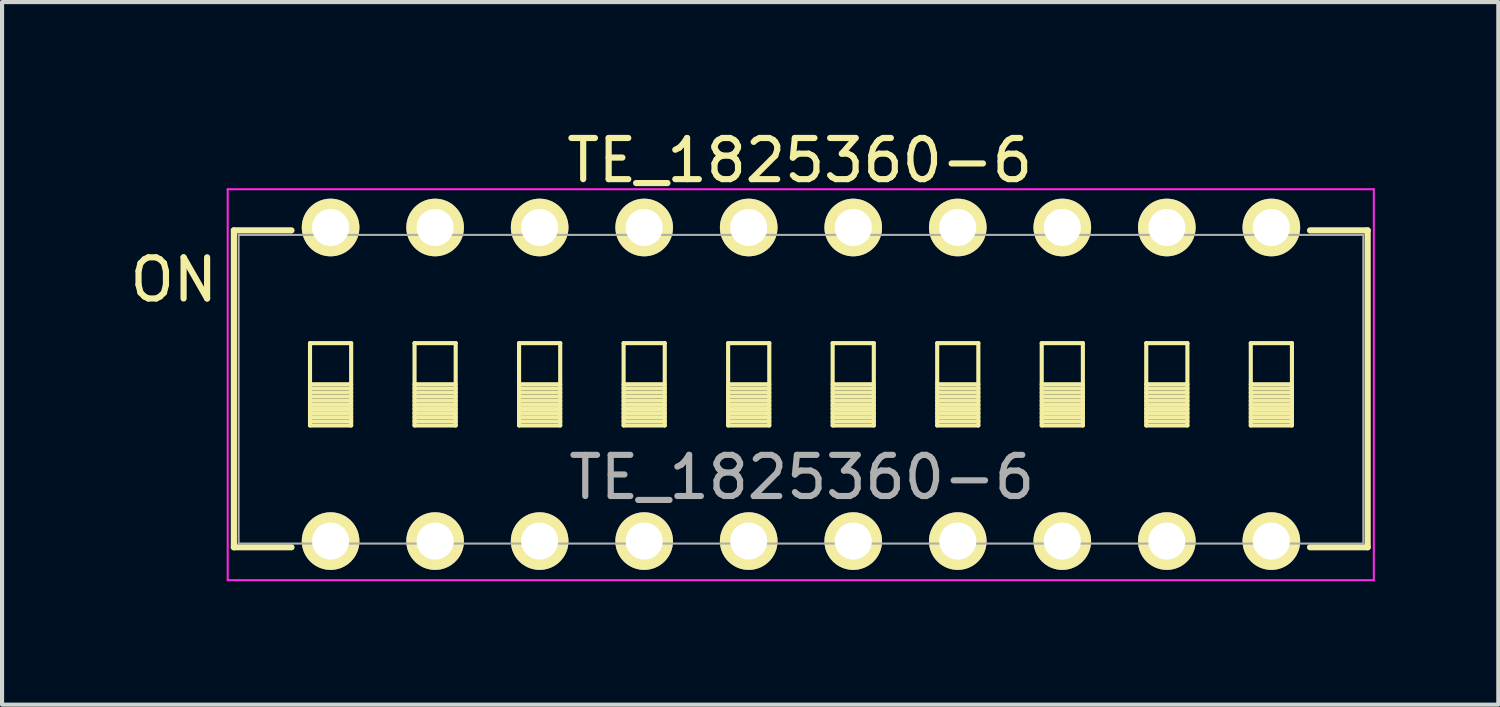
<source format=kicad_pcb>
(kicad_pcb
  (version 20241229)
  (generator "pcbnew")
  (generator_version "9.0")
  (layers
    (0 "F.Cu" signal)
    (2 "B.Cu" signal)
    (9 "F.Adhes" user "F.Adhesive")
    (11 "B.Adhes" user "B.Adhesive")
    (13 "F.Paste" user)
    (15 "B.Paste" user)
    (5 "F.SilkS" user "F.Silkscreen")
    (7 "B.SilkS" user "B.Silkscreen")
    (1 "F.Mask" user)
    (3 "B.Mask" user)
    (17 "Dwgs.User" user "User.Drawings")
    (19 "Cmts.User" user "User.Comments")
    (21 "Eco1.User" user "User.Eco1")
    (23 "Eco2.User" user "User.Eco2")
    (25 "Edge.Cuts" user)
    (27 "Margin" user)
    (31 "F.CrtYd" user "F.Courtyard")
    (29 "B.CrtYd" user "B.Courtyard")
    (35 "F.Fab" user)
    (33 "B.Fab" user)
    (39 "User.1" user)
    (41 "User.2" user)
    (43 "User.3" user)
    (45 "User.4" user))
  (footprint "TE_1825360-6"
    (layer "F.Cu")
    (at 4.983 10.098)
    (property "Reference" "TE_1825360-6" (at 11.45 -1.55 0) (layer "F.Fab") (effects (font (size 1 1) (thickness 0.15))))
    (attr through_hole)
    (fp_line (start -2.35 -7.55) (end -0.95 -7.55) (stroke (width 0.15) (type solid)) (layer "F.SilkS"))
    (fp_line (start -2.35 0.15) (end -2.35 -7.55) (stroke (width 0.15) (type solid)) (layer "F.SilkS"))
    (fp_line (start -0.95 0.15) (end -2.35 0.15) (stroke (width 0.15) (type solid)) (layer "F.SilkS"))
    (fp_line (start -0.5 -4.81) (end -0.5 -2.81) (stroke (width 0.1) (type solid)) (layer "F.SilkS"))
    (fp_line (start -0.5 -3.81) (end 0.5 -3.81) (stroke (width 0.1) (type solid)) (layer "F.SilkS"))
    (fp_line (start -0.5 -3.71) (end 0.5 -3.71) (stroke (width 0.1) (type solid)) (layer "F.SilkS"))
    (fp_line (start -0.5 -3.61) (end 0.5 -3.61) (stroke (width 0.1) (type solid)) (layer "F.SilkS"))
    (fp_line (start -0.5 -3.51) (end 0.5 -3.51) (stroke (width 0.1) (type solid)) (layer "F.SilkS"))
    (fp_line (start -0.5 -3.41) (end 0.5 -3.41) (stroke (width 0.1) (type solid)) (layer "F.SilkS"))
    (fp_line (start -0.5 -3.31) (end 0.5 -3.31) (stroke (width 0.1) (type solid)) (layer "F.SilkS"))
    (fp_line (start -0.5 -3.21) (end 0.5 -3.21) (stroke (width 0.1) (type solid)) (layer "F.SilkS"))
    (fp_line (start -0.5 -3.11) (end 0.5 -3.11) (stroke (width 0.1) (type solid)) (layer "F.SilkS"))
    (fp_line (start -0.5 -3.01) (end 0.5 -3.01) (stroke (width 0.1) (type solid)) (layer "F.SilkS"))
    (fp_line (start -0.5 -2.91) (end 0.5 -2.91) (stroke (width 0.1) (type solid)) (layer "F.SilkS"))
    (fp_line (start -0.5 -2.81) (end 0.5 -2.81) (stroke (width 0.1) (type solid)) (layer "F.SilkS"))
    (fp_line (start 0.5 -4.81) (end -0.5 -4.81) (stroke (width 0.1) (type solid)) (layer "F.SilkS"))
    (fp_line (start 0.5 -2.81) (end 0.5 -4.81) (stroke (width 0.1) (type solid)) (layer "F.SilkS"))
    (fp_line (start 2.04 -4.81) (end 2.04 -2.81) (stroke (width 0.1) (type solid)) (layer "F.SilkS"))
    (fp_line (start 2.04 -3.81) (end 3.04 -3.81) (stroke (width 0.1) (type solid)) (layer "F.SilkS"))
    (fp_line (start 2.04 -3.71) (end 3.04 -3.71) (stroke (width 0.1) (type solid)) (layer "F.SilkS"))
    (fp_line (start 2.04 -3.61) (end 3.04 -3.61) (stroke (width 0.1) (type solid)) (layer "F.SilkS"))
    (fp_line (start 2.04 -3.51) (end 3.04 -3.51) (stroke (width 0.1) (type solid)) (layer "F.SilkS"))
    (fp_line (start 2.04 -3.41) (end 3.04 -3.41) (stroke (width 0.1) (type solid)) (layer "F.SilkS"))
    (fp_line (start 2.04 -3.31) (end 3.04 -3.31) (stroke (width 0.1) (type solid)) (layer "F.SilkS"))
    (fp_line (start 2.04 -3.21) (end 3.04 -3.21) (stroke (width 0.1) (type solid)) (layer "F.SilkS"))
    (fp_line (start 2.04 -3.11) (end 3.04 -3.11) (stroke (width 0.1) (type solid)) (layer "F.SilkS"))
    (fp_line (start 2.04 -3.01) (end 3.04 -3.01) (stroke (width 0.1) (type solid)) (layer "F.SilkS"))
    (fp_line (start 2.04 -2.91) (end 3.04 -2.91) (stroke (width 0.1) (type solid)) (layer "F.SilkS"))
    (fp_line (start 2.04 -2.81) (end 3.04 -2.81) (stroke (width 0.1) (type solid)) (layer "F.SilkS"))
    (fp_line (start 3.04 -4.81) (end 2.04 -4.81) (stroke (width 0.1) (type solid)) (layer "F.SilkS"))
    (fp_line (start 3.04 -2.81) (end 3.04 -4.81) (stroke (width 0.1) (type solid)) (layer "F.SilkS"))
    (fp_line (start 4.58 -4.81) (end 4.58 -2.81) (stroke (width 0.1) (type solid)) (layer "F.SilkS"))
    (fp_line (start 4.58 -3.81) (end 5.58 -3.81) (stroke (width 0.1) (type solid)) (layer "F.SilkS"))
    (fp_line (start 4.58 -3.71) (end 5.58 -3.71) (stroke (width 0.1) (type solid)) (layer "F.SilkS"))
    (fp_line (start 4.58 -3.61) (end 5.58 -3.61) (stroke (width 0.1) (type solid)) (layer "F.SilkS"))
    (fp_line (start 4.58 -3.51) (end 5.58 -3.51) (stroke (width 0.1) (type solid)) (layer "F.SilkS"))
    (fp_line (start 4.58 -3.41) (end 5.58 -3.41) (stroke (width 0.1) (type solid)) (layer "F.SilkS"))
    (fp_line (start 4.58 -3.31) (end 5.58 -3.31) (stroke (width 0.1) (type solid)) (layer "F.SilkS"))
    (fp_line (start 4.58 -3.21) (end 5.58 -3.21) (stroke (width 0.1) (type solid)) (layer "F.SilkS"))
    (fp_line (start 4.58 -3.11) (end 5.58 -3.11) (stroke (width 0.1) (type solid)) (layer "F.SilkS"))
    (fp_line (start 4.58 -3.01) (end 5.58 -3.01) (stroke (width 0.1) (type solid)) (layer "F.SilkS"))
    (fp_line (start 4.58 -2.91) (end 5.58 -2.91) (stroke (width 0.1) (type solid)) (layer "F.SilkS"))
    (fp_line (start 4.58 -2.81) (end 5.58 -2.81) (stroke (width 0.1) (type solid)) (layer "F.SilkS"))
    (fp_line (start 5.58 -4.81) (end 4.58 -4.81) (stroke (width 0.1) (type solid)) (layer "F.SilkS"))
    (fp_line (start 5.58 -2.81) (end 5.58 -4.81) (stroke (width 0.1) (type solid)) (layer "F.SilkS"))
    (fp_line (start 7.12 -4.81) (end 7.12 -2.81) (stroke (width 0.1) (type solid)) (layer "F.SilkS"))
    (fp_line (start 7.12 -3.81) (end 8.12 -3.81) (stroke (width 0.1) (type solid)) (layer "F.SilkS"))
    (fp_line (start 7.12 -3.71) (end 8.12 -3.71) (stroke (width 0.1) (type solid)) (layer "F.SilkS"))
    (fp_line (start 7.12 -3.61) (end 8.12 -3.61) (stroke (width 0.1) (type solid)) (layer "F.SilkS"))
    (fp_line (start 7.12 -3.51) (end 8.12 -3.51) (stroke (width 0.1) (type solid)) (layer "F.SilkS"))
    (fp_line (start 7.12 -3.41) (end 8.12 -3.41) (stroke (width 0.1) (type solid)) (layer "F.SilkS"))
    (fp_line (start 7.12 -3.31) (end 8.12 -3.31) (stroke (width 0.1) (type solid)) (layer "F.SilkS"))
    (fp_line (start 7.12 -3.21) (end 8.12 -3.21) (stroke (width 0.1) (type solid)) (layer "F.SilkS"))
    (fp_line (start 7.12 -3.11) (end 8.12 -3.11) (stroke (width 0.1) (type solid)) (layer "F.SilkS"))
    (fp_line (start 7.12 -3.01) (end 8.12 -3.01) (stroke (width 0.1) (type solid)) (layer "F.SilkS"))
    (fp_line (start 7.12 -2.91) (end 8.12 -2.91) (stroke (width 0.1) (type solid)) (layer "F.SilkS"))
    (fp_line (start 7.12 -2.81) (end 8.12 -2.81) (stroke (width 0.1) (type solid)) (layer "F.SilkS"))
    (fp_line (start 8.12 -4.81) (end 7.12 -4.81) (stroke (width 0.1) (type solid)) (layer "F.SilkS"))
    (fp_line (start 8.12 -2.81) (end 8.12 -4.81) (stroke (width 0.1) (type solid)) (layer "F.SilkS"))
    (fp_line (start 9.66 -4.81) (end 9.66 -2.81) (stroke (width 0.1) (type solid)) (layer "F.SilkS"))
    (fp_line (start 9.66 -3.81) (end 10.66 -3.81) (stroke (width 0.1) (type solid)) (layer "F.SilkS"))
    (fp_line (start 9.66 -3.71) (end 10.66 -3.71) (stroke (width 0.1) (type solid)) (layer "F.SilkS"))
    (fp_line (start 9.66 -3.61) (end 10.66 -3.61) (stroke (width 0.1) (type solid)) (layer "F.SilkS"))
    (fp_line (start 9.66 -3.51) (end 10.66 -3.51) (stroke (width 0.1) (type solid)) (layer "F.SilkS"))
    (fp_line (start 9.66 -3.41) (end 10.66 -3.41) (stroke (width 0.1) (type solid)) (layer "F.SilkS"))
    (fp_line (start 9.66 -3.31) (end 10.66 -3.31) (stroke (width 0.1) (type solid)) (layer "F.SilkS"))
    (fp_line (start 9.66 -3.21) (end 10.66 -3.21) (stroke (width 0.1) (type solid)) (layer "F.SilkS"))
    (fp_line (start 9.66 -3.11) (end 10.66 -3.11) (stroke (width 0.1) (type solid)) (layer "F.SilkS"))
    (fp_line (start 9.66 -3.01) (end 10.66 -3.01) (stroke (width 0.1) (type solid)) (layer "F.SilkS"))
    (fp_line (start 9.66 -2.91) (end 10.66 -2.91) (stroke (width 0.1) (type solid)) (layer "F.SilkS"))
    (fp_line (start 9.66 -2.81) (end 10.66 -2.81) (stroke (width 0.1) (type solid)) (layer "F.SilkS"))
    (fp_line (start 10.66 -4.81) (end 9.66 -4.81) (stroke (width 0.1) (type solid)) (layer "F.SilkS"))
    (fp_line (start 10.66 -2.81) (end 10.66 -4.81) (stroke (width 0.1) (type solid)) (layer "F.SilkS"))
    (fp_line (start 12.2 -4.81) (end 12.2 -2.81) (stroke (width 0.1) (type solid)) (layer "F.SilkS"))
    (fp_line (start 12.2 -3.81) (end 13.2 -3.81) (stroke (width 0.1) (type solid)) (layer "F.SilkS"))
    (fp_line (start 12.2 -3.71) (end 13.2 -3.71) (stroke (width 0.1) (type solid)) (layer "F.SilkS"))
    (fp_line (start 12.2 -3.61) (end 13.2 -3.61) (stroke (width 0.1) (type solid)) (layer "F.SilkS"))
    (fp_line (start 12.2 -3.51) (end 13.2 -3.51) (stroke (width 0.1) (type solid)) (layer "F.SilkS"))
    (fp_line (start 12.2 -3.41) (end 13.2 -3.41) (stroke (width 0.1) (type solid)) (layer "F.SilkS"))
    (fp_line (start 12.2 -3.31) (end 13.2 -3.31) (stroke (width 0.1) (type solid)) (layer "F.SilkS"))
    (fp_line (start 12.2 -3.21) (end 13.2 -3.21) (stroke (width 0.1) (type solid)) (layer "F.SilkS"))
    (fp_line (start 12.2 -3.11) (end 13.2 -3.11) (stroke (width 0.1) (type solid)) (layer "F.SilkS"))
    (fp_line (start 12.2 -3.01) (end 13.2 -3.01) (stroke (width 0.1) (type solid)) (layer "F.SilkS"))
    (fp_line (start 12.2 -2.91) (end 13.2 -2.91) (stroke (width 0.1) (type solid)) (layer "F.SilkS"))
    (fp_line (start 12.2 -2.81) (end 13.2 -2.81) (stroke (width 0.1) (type solid)) (layer "F.SilkS"))
    (fp_line (start 13.2 -4.81) (end 12.2 -4.81) (stroke (width 0.1) (type solid)) (layer "F.SilkS"))
    (fp_line (start 13.2 -2.81) (end 13.2 -4.81) (stroke (width 0.1) (type solid)) (layer "F.SilkS"))
    (fp_line (start 14.74 -4.81) (end 14.74 -2.81) (stroke (width 0.1) (type solid)) (layer "F.SilkS"))
    (fp_line (start 14.74 -3.81) (end 15.74 -3.81) (stroke (width 0.1) (type solid)) (layer "F.SilkS"))
    (fp_line (start 14.74 -3.71) (end 15.74 -3.71) (stroke (width 0.1) (type solid)) (layer "F.SilkS"))
    (fp_line (start 14.74 -3.61) (end 15.74 -3.61) (stroke (width 0.1) (type solid)) (layer "F.SilkS"))
    (fp_line (start 14.74 -3.51) (end 15.74 -3.51) (stroke (width 0.1) (type solid)) (layer "F.SilkS"))
    (fp_line (start 14.74 -3.41) (end 15.74 -3.41) (stroke (width 0.1) (type solid)) (layer "F.SilkS"))
    (fp_line (start 14.74 -3.31) (end 15.74 -3.31) (stroke (width 0.1) (type solid)) (layer "F.SilkS"))
    (fp_line (start 14.74 -3.21) (end 15.74 -3.21) (stroke (width 0.1) (type solid)) (layer "F.SilkS"))
    (fp_line (start 14.74 -3.11) (end 15.74 -3.11) (stroke (width 0.1) (type solid)) (layer "F.SilkS"))
    (fp_line (start 14.74 -3.01) (end 15.74 -3.01) (stroke (width 0.1) (type solid)) (layer "F.SilkS"))
    (fp_line (start 14.74 -2.91) (end 15.74 -2.91) (stroke (width 0.1) (type solid)) (layer "F.SilkS"))
    (fp_line (start 14.74 -2.81) (end 15.74 -2.81) (stroke (width 0.1) (type solid)) (layer "F.SilkS"))
    (fp_line (start 15.74 -4.81) (end 14.74 -4.81) (stroke (width 0.1) (type solid)) (layer "F.SilkS"))
    (fp_line (start 15.74 -2.81) (end 15.74 -4.81) (stroke (width 0.1) (type solid)) (layer "F.SilkS"))
    (fp_line (start 17.28 -4.81) (end 17.28 -2.81) (stroke (width 0.1) (type solid)) (layer "F.SilkS"))
    (fp_line (start 17.28 -3.81) (end 18.28 -3.81) (stroke (width 0.1) (type solid)) (layer "F.SilkS"))
    (fp_line (start 17.28 -3.71) (end 18.28 -3.71) (stroke (width 0.1) (type solid)) (layer "F.SilkS"))
    (fp_line (start 17.28 -3.61) (end 18.28 -3.61) (stroke (width 0.1) (type solid)) (layer "F.SilkS"))
    (fp_line (start 17.28 -3.51) (end 18.28 -3.51) (stroke (width 0.1) (type solid)) (layer "F.SilkS"))
    (fp_line (start 17.28 -3.41) (end 18.28 -3.41) (stroke (width 0.1) (type solid)) (layer "F.SilkS"))
    (fp_line (start 17.28 -3.31) (end 18.28 -3.31) (stroke (width 0.1) (type solid)) (layer "F.SilkS"))
    (fp_line (start 17.28 -3.21) (end 18.28 -3.21) (stroke (width 0.1) (type solid)) (layer "F.SilkS"))
    (fp_line (start 17.28 -3.11) (end 18.28 -3.11) (stroke (width 0.1) (type solid)) (layer "F.SilkS"))
    (fp_line (start 17.28 -3.01) (end 18.28 -3.01) (stroke (width 0.1) (type solid)) (layer "F.SilkS"))
    (fp_line (start 17.28 -2.91) (end 18.28 -2.91) (stroke (width 0.1) (type solid)) (layer "F.SilkS"))
    (fp_line (start 17.28 -2.81) (end 18.28 -2.81) (stroke (width 0.1) (type solid)) (layer "F.SilkS"))
    (fp_line (start 18.28 -4.81) (end 17.28 -4.81) (stroke (width 0.1) (type solid)) (layer "F.SilkS"))
    (fp_line (start 18.28 -2.81) (end 18.28 -4.81) (stroke (width 0.1) (type solid)) (layer "F.SilkS"))
    (fp_line (start 19.82 -4.81) (end 19.82 -2.81) (stroke (width 0.1) (type solid)) (layer "F.SilkS"))
    (fp_line (start 19.82 -3.81) (end 20.82 -3.81) (stroke (width 0.1) (type solid)) (layer "F.SilkS"))
    (fp_line (start 19.82 -3.71) (end 20.82 -3.71) (stroke (width 0.1) (type solid)) (layer "F.SilkS"))
    (fp_line (start 19.82 -3.61) (end 20.82 -3.61) (stroke (width 0.1) (type solid)) (layer "F.SilkS"))
    (fp_line (start 19.82 -3.51) (end 20.82 -3.51) (stroke (width 0.1) (type solid)) (layer "F.SilkS"))
    (fp_line (start 19.82 -3.41) (end 20.82 -3.41) (stroke (width 0.1) (type solid)) (layer "F.SilkS"))
    (fp_line (start 19.82 -3.31) (end 20.82 -3.31) (stroke (width 0.1) (type solid)) (layer "F.SilkS"))
    (fp_line (start 19.82 -3.21) (end 20.82 -3.21) (stroke (width 0.1) (type solid)) (layer "F.SilkS"))
    (fp_line (start 19.82 -3.11) (end 20.82 -3.11) (stroke (width 0.1) (type solid)) (layer "F.SilkS"))
    (fp_line (start 19.82 -3.01) (end 20.82 -3.01) (stroke (width 0.1) (type solid)) (layer "F.SilkS"))
    (fp_line (start 19.82 -2.91) (end 20.82 -2.91) (stroke (width 0.1) (type solid)) (layer "F.SilkS"))
    (fp_line (start 19.82 -2.81) (end 20.82 -2.81) (stroke (width 0.1) (type solid)) (layer "F.SilkS"))
    (fp_line (start 20.82 -4.81) (end 19.82 -4.81) (stroke (width 0.1) (type solid)) (layer "F.SilkS"))
    (fp_line (start 20.82 -2.81) (end 20.82 -4.81) (stroke (width 0.1) (type solid)) (layer "F.SilkS"))
    (fp_line (start 22.36 -4.81) (end 22.36 -2.81) (stroke (width 0.1) (type solid)) (layer "F.SilkS"))
    (fp_line (start 22.36 -3.81) (end 23.36 -3.81) (stroke (width 0.1) (type solid)) (layer "F.SilkS"))
    (fp_line (start 22.36 -3.71) (end 23.36 -3.71) (stroke (width 0.1) (type solid)) (layer "F.SilkS"))
    (fp_line (start 22.36 -3.61) (end 23.36 -3.61) (stroke (width 0.1) (type solid)) (layer "F.SilkS"))
    (fp_line (start 22.36 -3.51) (end 23.36 -3.51) (stroke (width 0.1) (type solid)) (layer "F.SilkS"))
    (fp_line (start 22.36 -3.41) (end 23.36 -3.41) (stroke (width 0.1) (type solid)) (layer "F.SilkS"))
    (fp_line (start 22.36 -3.31) (end 23.36 -3.31) (stroke (width 0.1) (type solid)) (layer "F.SilkS"))
    (fp_line (start 22.36 -3.21) (end 23.36 -3.21) (stroke (width 0.1) (type solid)) (layer "F.SilkS"))
    (fp_line (start 22.36 -3.11) (end 23.36 -3.11) (stroke (width 0.1) (type solid)) (layer "F.SilkS"))
    (fp_line (start 22.36 -3.01) (end 23.36 -3.01) (stroke (width 0.1) (type solid)) (layer "F.SilkS"))
    (fp_line (start 22.36 -2.91) (end 23.36 -2.91) (stroke (width 0.1) (type solid)) (layer "F.SilkS"))
    (fp_line (start 22.36 -2.81) (end 23.36 -2.81) (stroke (width 0.1) (type solid)) (layer "F.SilkS"))
    (fp_line (start 23.36 -4.81) (end 22.36 -4.81) (stroke (width 0.1) (type solid)) (layer "F.SilkS"))
    (fp_line (start 23.36 -2.81) (end 23.36 -4.81) (stroke (width 0.1) (type solid)) (layer "F.SilkS"))
    (fp_line (start 23.8 -7.55) (end 25.2 -7.55) (stroke (width 0.15) (type solid)) (layer "F.SilkS"))
    (fp_line (start 25.2 -7.55) (end 25.2 0.15) (stroke (width 0.15) (type solid)) (layer "F.SilkS"))
    (fp_line (start 25.2 0.15) (end 23.8 0.15) (stroke (width 0.15) (type solid)) (layer "F.SilkS"))
    (fp_line (start -2.5 0.95) (end -2.5 -8.55) (stroke (width 0.05) (type solid)) (layer "F.CrtYd"))
    (fp_line (start 25.35 -8.55) (end -2.5 -8.55) (stroke (width 0.05) (type solid)) (layer "F.CrtYd"))
    (fp_line (start 25.35 -8.55) (end 25.35 0.95) (stroke (width 0.05) (type solid)) (layer "F.CrtYd"))
    (fp_line (start 25.35 0.95) (end -2.5 0.95) (stroke (width 0.05) (type solid)) (layer "F.CrtYd"))
    (fp_line (start -2.235 -7.44) (end 25.095 -7.44) (stroke (width 0.05) (type solid)) (layer "F.Fab"))
    (fp_line (start -2.235 0.06) (end -2.235 -7.44) (stroke (width 0.05) (type solid)) (layer "F.Fab"))
    (fp_line (start 25.095 -7.44) (end 25.095 0.06) (stroke (width 0.05) (type solid)) (layer "F.Fab"))
    (fp_line (start 25.095 0.06) (end -2.235 0.06) (stroke (width 0.05) (type solid)) (layer "F.Fab"))
    (fp_text user "ON" (at -3.81 -6.35 0) (layer "F.SilkS") (effects (font (size 1 1) (thickness 0.15))))
    (fp_text user "${REFERENCE}" (at 11.4 -9.25 0) (layer "F.SilkS") (effects (font (size 1 1) (thickness 0.15))))
    (pad "1" thru_hole circle (at 0 0) (size 1.4 1.4) (drill 0.9) (layers "*.Cu" "*.Mask" "F.SilkS" "B.Paste"))
    (pad "2" thru_hole circle (at 2.54 0) (size 1.4 1.4) (drill 0.9) (layers "*.Cu" "*.Mask" "F.SilkS" "B.Paste"))
    (pad "3" thru_hole circle (at 5.08 0) (size 1.4 1.4) (drill 0.9) (layers "*.Cu" "*.Mask" "F.SilkS" "B.Paste"))
    (pad "4" thru_hole circle (at 7.62 0) (size 1.4 1.4) (drill 0.9) (layers "*.Cu" "*.Mask" "F.SilkS" "B.Paste"))
    (pad "5" thru_hole circle (at 10.16 0) (size 1.4 1.4) (drill 0.9) (layers "*.Cu" "*.Mask" "F.SilkS" "B.Paste"))
    (pad "6" thru_hole circle (at 12.7 0) (size 1.4 1.4) (drill 0.9) (layers "*.Cu" "*.Mask" "F.SilkS" "B.Paste"))
    (pad "7" thru_hole circle (at 15.24 0) (size 1.4 1.4) (drill 0.9) (layers "*.Cu" "*.Mask" "F.SilkS" "B.Paste"))
    (pad "8" thru_hole circle (at 17.78 0) (size 1.4 1.4) (drill 0.9) (layers "*.Cu" "*.Mask" "F.SilkS" "B.Paste"))
    (pad "9" thru_hole circle (at 20.32 0) (size 1.4 1.4) (drill 0.9) (layers "*.Cu" "*.Mask" "F.SilkS" "B.Paste"))
    (pad "10" thru_hole circle (at 22.86 0) (size 1.4 1.4) (drill 0.9) (layers "*.Cu" "*.Mask" "F.SilkS" "B.Paste"))
    (pad "11" thru_hole circle (at 22.86 -7.62) (size 1.4 1.4) (drill 0.9) (layers "*.Cu" "*.Mask" "F.SilkS" "B.Paste"))
    (pad "12" thru_hole circle (at 20.32 -7.62) (size 1.4 1.4) (drill 0.9) (layers "*.Cu" "*.Mask" "F.SilkS" "B.Paste"))
    (pad "13" thru_hole circle (at 17.78 -7.62) (size 1.4 1.4) (drill 0.9) (layers "*.Cu" "*.Mask" "F.SilkS" "B.Paste"))
    (pad "14" thru_hole circle (at 15.24 -7.62) (size 1.4 1.4) (drill 0.9) (layers "*.Cu" "*.Mask" "F.SilkS" "B.Paste"))
    (pad "15" thru_hole circle (at 12.7 -7.62) (size 1.4 1.4) (drill 0.9) (layers "*.Cu" "*.Mask" "F.SilkS" "B.Paste"))
    (pad "16" thru_hole circle (at 10.16 -7.62) (size 1.4 1.4) (drill 0.9) (layers "*.Cu" "*.Mask" "F.SilkS" "B.Paste"))
    (pad "17" thru_hole circle (at 7.62 -7.62) (size 1.4 1.4) (drill 0.9) (layers "*.Cu" "*.Mask" "F.SilkS" "B.Paste"))
    (pad "18" thru_hole circle (at 5.08 -7.62) (size 1.4 1.4) (drill 0.9) (layers "*.Cu" "*.Mask" "F.SilkS" "B.Paste"))
    (pad "19" thru_hole circle (at 2.54 -7.62) (size 1.4 1.4) (drill 0.9) (layers "*.Cu" "*.Mask" "F.SilkS" "B.Paste"))
    (pad "20" thru_hole circle (at 0 -7.62) (size 1.4 1.4) (drill 0.9) (layers "*.Cu" "*.Mask" "F.SilkS" "B.Paste")))
  (gr_rect
    (start -3 -3)
    (end 33.358 14.073)
    (stroke (width 0.1) (type default))
    (fill no)
    (layer "Edge.Cuts")))
</source>
